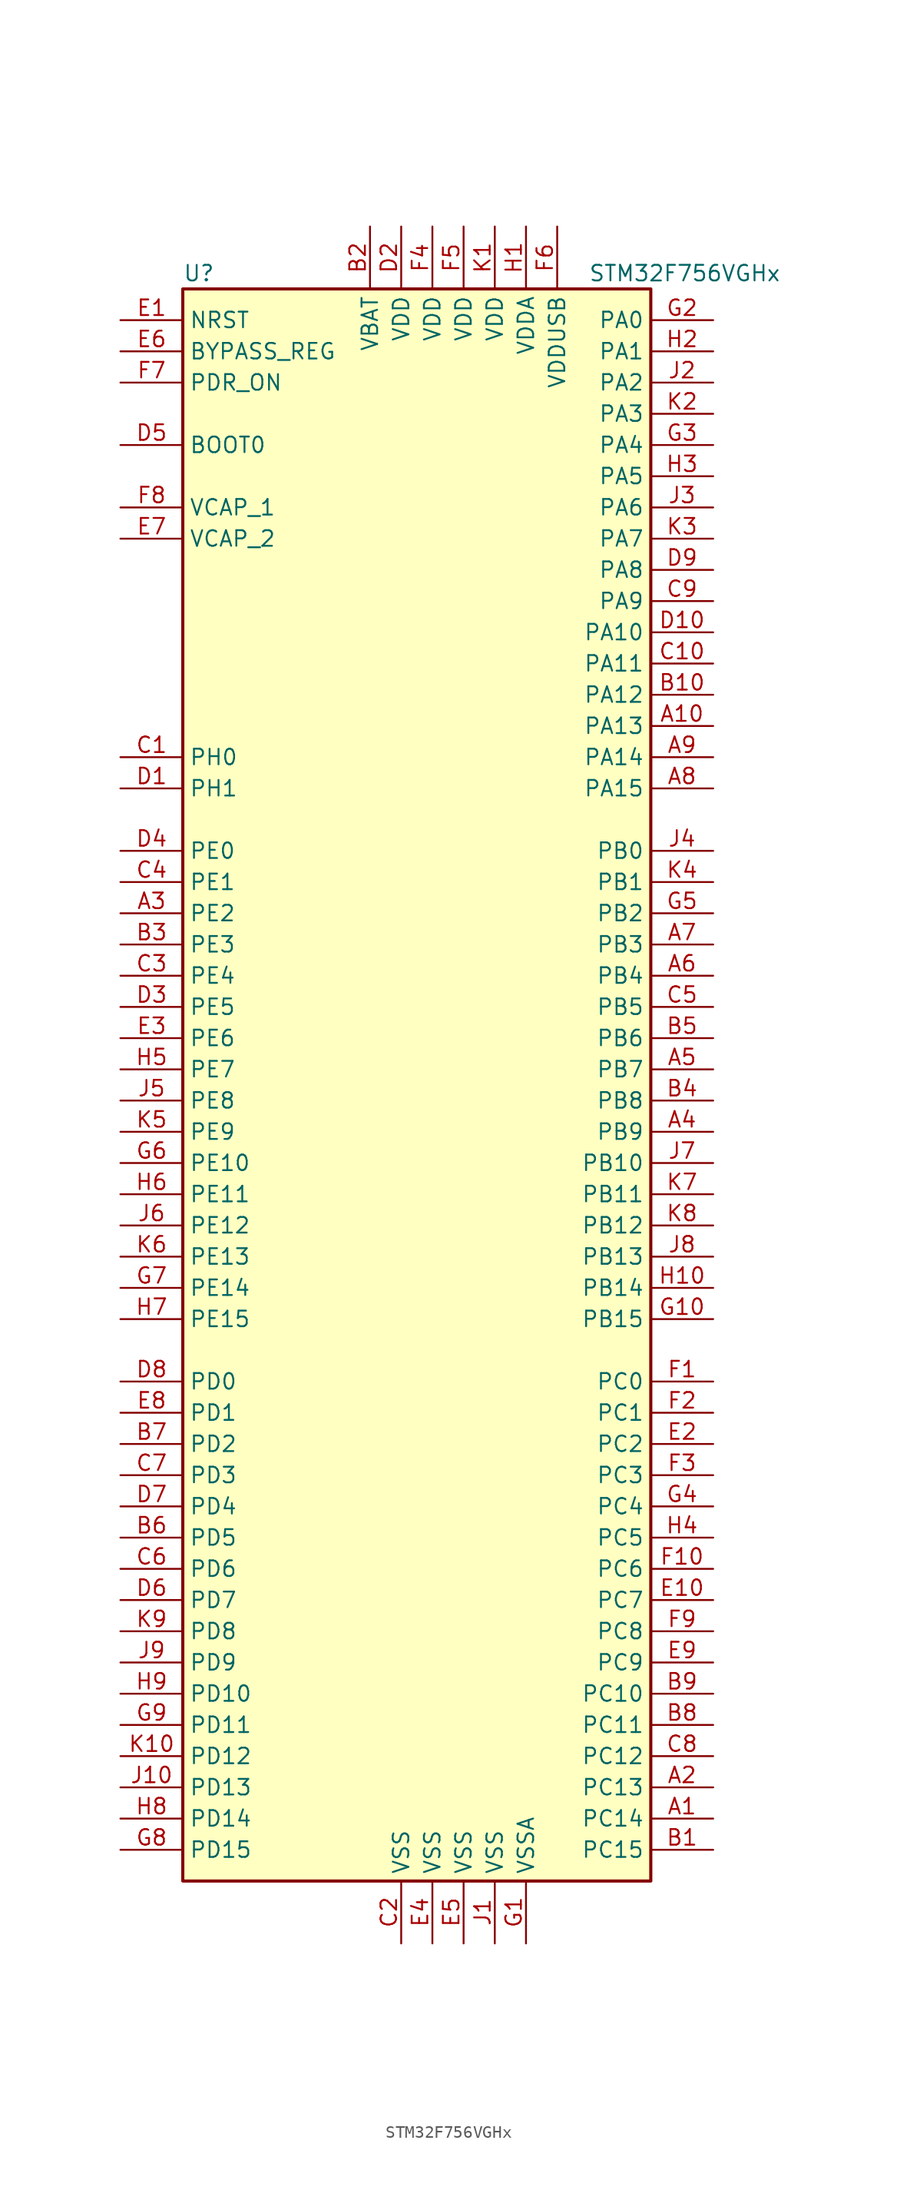
<source format=kicad_sym>
(kicad_symbol_lib
  (version 20211014)
  (generator kicad_symbol_editor)
  (symbol "STM32F756VGHx"
    (property "Reference" "U"
      (at -20.32 64.77 0)
      (effects (font (size 1.27 1.27)) (justify left)))
    (property "Value" "STM32F756VGHx"
      (at 12.7 64.77 0)
      (effects (font (size 1.27 1.27)) (justify left)))
    (symbol "STM32F756VGHx_0_1"
      (rectangle (start -20.32 -66.04) (end 17.78 63.5) (stroke (width 0.254) (type default) (color 0 0 0 0)) (fill (type background))))
    (symbol "STM32F756VGHx_1_1"
      (pin bidirectional line (at 22.86 -60.96 180) (length 5.08) (name "PC14" (effects (font (size 1.27 1.27)))) (number "A1" (effects (font (size 1.27 1.27)))))
      (pin bidirectional line (at 22.86 27.94 180) (length 5.08) (name "PA13" (effects (font (size 1.27 1.27)))) (number "A10" (effects (font (size 1.27 1.27)))))
      (pin bidirectional line (at 22.86 -58.42 180) (length 5.08) (name "PC13" (effects (font (size 1.27 1.27)))) (number "A2" (effects (font (size 1.27 1.27)))))
      (pin bidirectional line (at -25.4 12.7 0) (length 5.08) (name "PE2" (effects (font (size 1.27 1.27)))) (number "A3" (effects (font (size 1.27 1.27)))))
      (pin bidirectional line (at 22.86 -5.08 180) (length 5.08) (name "PB9" (effects (font (size 1.27 1.27)))) (number "A4" (effects (font (size 1.27 1.27)))))
      (pin bidirectional line (at 22.86 0 180) (length 5.08) (name "PB7" (effects (font (size 1.27 1.27)))) (number "A5" (effects (font (size 1.27 1.27)))))
      (pin bidirectional line (at 22.86 7.62 180) (length 5.08) (name "PB4" (effects (font (size 1.27 1.27)))) (number "A6" (effects (font (size 1.27 1.27)))))
      (pin bidirectional line (at 22.86 10.16 180) (length 5.08) (name "PB3" (effects (font (size 1.27 1.27)))) (number "A7" (effects (font (size 1.27 1.27)))))
      (pin bidirectional line (at 22.86 22.86 180) (length 5.08) (name "PA15" (effects (font (size 1.27 1.27)))) (number "A8" (effects (font (size 1.27 1.27)))))
      (pin bidirectional line (at 22.86 25.4 180) (length 5.08) (name "PA14" (effects (font (size 1.27 1.27)))) (number "A9" (effects (font (size 1.27 1.27)))))
      (pin bidirectional line (at 22.86 -63.5 180) (length 5.08) (name "PC15" (effects (font (size 1.27 1.27)))) (number "B1" (effects (font (size 1.27 1.27)))))
      (pin bidirectional line (at 22.86 30.48 180) (length 5.08) (name "PA12" (effects (font (size 1.27 1.27)))) (number "B10" (effects (font (size 1.27 1.27)))))
      (pin power_in line (at -5.08 68.58 270) (length 5.08) (name "VBAT" (effects (font (size 1.27 1.27)))) (number "B2" (effects (font (size 1.27 1.27)))))
      (pin bidirectional line (at -25.4 10.16 0) (length 5.08) (name "PE3" (effects (font (size 1.27 1.27)))) (number "B3" (effects (font (size 1.27 1.27)))))
      (pin bidirectional line (at 22.86 -2.54 180) (length 5.08) (name "PB8" (effects (font (size 1.27 1.27)))) (number "B4" (effects (font (size 1.27 1.27)))))
      (pin bidirectional line (at 22.86 2.54 180) (length 5.08) (name "PB6" (effects (font (size 1.27 1.27)))) (number "B5" (effects (font (size 1.27 1.27)))))
      (pin bidirectional line (at -25.4 -38.1 0) (length 5.08) (name "PD5" (effects (font (size 1.27 1.27)))) (number "B6" (effects (font (size 1.27 1.27)))))
      (pin bidirectional line (at -25.4 -30.48 0) (length 5.08) (name "PD2" (effects (font (size 1.27 1.27)))) (number "B7" (effects (font (size 1.27 1.27)))))
      (pin bidirectional line (at 22.86 -53.34 180) (length 5.08) (name "PC11" (effects (font (size 1.27 1.27)))) (number "B8" (effects (font (size 1.27 1.27)))))
      (pin bidirectional line (at 22.86 -50.8 180) (length 5.08) (name "PC10" (effects (font (size 1.27 1.27)))) (number "B9" (effects (font (size 1.27 1.27)))))
      (pin input line (at -25.4 25.4 0) (length 5.08) (name "PH0" (effects (font (size 1.27 1.27)))) (number "C1" (effects (font (size 1.27 1.27)))))
      (pin bidirectional line (at 22.86 33.02 180) (length 5.08) (name "PA11" (effects (font (size 1.27 1.27)))) (number "C10" (effects (font (size 1.27 1.27)))))
      (pin power_in line (at -2.54 -71.12 90) (length 5.08) (name "VSS" (effects (font (size 1.27 1.27)))) (number "C2" (effects (font (size 1.27 1.27)))))
      (pin bidirectional line (at -25.4 7.62 0) (length 5.08) (name "PE4" (effects (font (size 1.27 1.27)))) (number "C3" (effects (font (size 1.27 1.27)))))
      (pin bidirectional line (at -25.4 15.24 0) (length 5.08) (name "PE1" (effects (font (size 1.27 1.27)))) (number "C4" (effects (font (size 1.27 1.27)))))
      (pin bidirectional line (at 22.86 5.08 180) (length 5.08) (name "PB5" (effects (font (size 1.27 1.27)))) (number "C5" (effects (font (size 1.27 1.27)))))
      (pin bidirectional line (at -25.4 -40.64 0) (length 5.08) (name "PD6" (effects (font (size 1.27 1.27)))) (number "C6" (effects (font (size 1.27 1.27)))))
      (pin bidirectional line (at -25.4 -33.02 0) (length 5.08) (name "PD3" (effects (font (size 1.27 1.27)))) (number "C7" (effects (font (size 1.27 1.27)))))
      (pin bidirectional line (at 22.86 -55.88 180) (length 5.08) (name "PC12" (effects (font (size 1.27 1.27)))) (number "C8" (effects (font (size 1.27 1.27)))))
      (pin bidirectional line (at 22.86 38.1 180) (length 5.08) (name "PA9" (effects (font (size 1.27 1.27)))) (number "C9" (effects (font (size 1.27 1.27)))))
      (pin input line (at -25.4 22.86 0) (length 5.08) (name "PH1" (effects (font (size 1.27 1.27)))) (number "D1" (effects (font (size 1.27 1.27)))))
      (pin bidirectional line (at 22.86 35.56 180) (length 5.08) (name "PA10" (effects (font (size 1.27 1.27)))) (number "D10" (effects (font (size 1.27 1.27)))))
      (pin power_in line (at -2.54 68.58 270) (length 5.08) (name "VDD" (effects (font (size 1.27 1.27)))) (number "D2" (effects (font (size 1.27 1.27)))))
      (pin bidirectional line (at -25.4 5.08 0) (length 5.08) (name "PE5" (effects (font (size 1.27 1.27)))) (number "D3" (effects (font (size 1.27 1.27)))))
      (pin bidirectional line (at -25.4 17.78 0) (length 5.08) (name "PE0" (effects (font (size 1.27 1.27)))) (number "D4" (effects (font (size 1.27 1.27)))))
      (pin input line (at -25.4 50.8 0) (length 5.08) (name "BOOT0" (effects (font (size 1.27 1.27)))) (number "D5" (effects (font (size 1.27 1.27)))))
      (pin bidirectional line (at -25.4 -43.18 0) (length 5.08) (name "PD7" (effects (font (size 1.27 1.27)))) (number "D6" (effects (font (size 1.27 1.27)))))
      (pin bidirectional line (at -25.4 -35.56 0) (length 5.08) (name "PD4" (effects (font (size 1.27 1.27)))) (number "D7" (effects (font (size 1.27 1.27)))))
      (pin bidirectional line (at -25.4 -25.4 0) (length 5.08) (name "PD0" (effects (font (size 1.27 1.27)))) (number "D8" (effects (font (size 1.27 1.27)))))
      (pin bidirectional line (at 22.86 40.64 180) (length 5.08) (name "PA8" (effects (font (size 1.27 1.27)))) (number "D9" (effects (font (size 1.27 1.27)))))
      (pin input line (at -25.4 60.96 0) (length 5.08) (name "NRST" (effects (font (size 1.27 1.27)))) (number "E1" (effects (font (size 1.27 1.27)))))
      (pin bidirectional line (at 22.86 -43.18 180) (length 5.08) (name "PC7" (effects (font (size 1.27 1.27)))) (number "E10" (effects (font (size 1.27 1.27)))))
      (pin bidirectional line (at 22.86 -30.48 180) (length 5.08) (name "PC2" (effects (font (size 1.27 1.27)))) (number "E2" (effects (font (size 1.27 1.27)))))
      (pin bidirectional line (at -25.4 2.54 0) (length 5.08) (name "PE6" (effects (font (size 1.27 1.27)))) (number "E3" (effects (font (size 1.27 1.27)))))
      (pin power_in line (at 0 -71.12 90) (length 5.08) (name "VSS" (effects (font (size 1.27 1.27)))) (number "E4" (effects (font (size 1.27 1.27)))))
      (pin power_in line (at 2.54 -71.12 90) (length 5.08) (name "VSS" (effects (font (size 1.27 1.27)))) (number "E5" (effects (font (size 1.27 1.27)))))
      (pin input line (at -25.4 58.42 0) (length 5.08) (name "BYPASS_REG" (effects (font (size 1.27 1.27)))) (number "E6" (effects (font (size 1.27 1.27)))))
      (pin power_in line (at -25.4 43.18 0) (length 5.08) (name "VCAP_2" (effects (font (size 1.27 1.27)))) (number "E7" (effects (font (size 1.27 1.27)))))
      (pin bidirectional line (at -25.4 -27.94 0) (length 5.08) (name "PD1" (effects (font (size 1.27 1.27)))) (number "E8" (effects (font (size 1.27 1.27)))))
      (pin bidirectional line (at 22.86 -48.26 180) (length 5.08) (name "PC9" (effects (font (size 1.27 1.27)))) (number "E9" (effects (font (size 1.27 1.27)))))
      (pin bidirectional line (at 22.86 -25.4 180) (length 5.08) (name "PC0" (effects (font (size 1.27 1.27)))) (number "F1" (effects (font (size 1.27 1.27)))))
      (pin bidirectional line (at 22.86 -40.64 180) (length 5.08) (name "PC6" (effects (font (size 1.27 1.27)))) (number "F10" (effects (font (size 1.27 1.27)))))
      (pin bidirectional line (at 22.86 -27.94 180) (length 5.08) (name "PC1" (effects (font (size 1.27 1.27)))) (number "F2" (effects (font (size 1.27 1.27)))))
      (pin bidirectional line (at 22.86 -33.02 180) (length 5.08) (name "PC3" (effects (font (size 1.27 1.27)))) (number "F3" (effects (font (size 1.27 1.27)))))
      (pin power_in line (at 0 68.58 270) (length 5.08) (name "VDD" (effects (font (size 1.27 1.27)))) (number "F4" (effects (font (size 1.27 1.27)))))
      (pin power_in line (at 2.54 68.58 270) (length 5.08) (name "VDD" (effects (font (size 1.27 1.27)))) (number "F5" (effects (font (size 1.27 1.27)))))
      (pin power_in line (at 10.16 68.58 270) (length 5.08) (name "VDDUSB" (effects (font (size 1.27 1.27)))) (number "F6" (effects (font (size 1.27 1.27)))))
      (pin input line (at -25.4 55.88 0) (length 5.08) (name "PDR_ON" (effects (font (size 1.27 1.27)))) (number "F7" (effects (font (size 1.27 1.27)))))
      (pin power_in line (at -25.4 45.72 0) (length 5.08) (name "VCAP_1" (effects (font (size 1.27 1.27)))) (number "F8" (effects (font (size 1.27 1.27)))))
      (pin bidirectional line (at 22.86 -45.72 180) (length 5.08) (name "PC8" (effects (font (size 1.27 1.27)))) (number "F9" (effects (font (size 1.27 1.27)))))
      (pin power_in line (at 7.62 -71.12 90) (length 5.08) (name "VSSA" (effects (font (size 1.27 1.27)))) (number "G1" (effects (font (size 1.27 1.27)))))
      (pin bidirectional line (at 22.86 -20.32 180) (length 5.08) (name "PB15" (effects (font (size 1.27 1.27)))) (number "G10" (effects (font (size 1.27 1.27)))))
      (pin bidirectional line (at 22.86 60.96 180) (length 5.08) (name "PA0" (effects (font (size 1.27 1.27)))) (number "G2" (effects (font (size 1.27 1.27)))))
      (pin bidirectional line (at 22.86 50.8 180) (length 5.08) (name "PA4" (effects (font (size 1.27 1.27)))) (number "G3" (effects (font (size 1.27 1.27)))))
      (pin bidirectional line (at 22.86 -35.56 180) (length 5.08) (name "PC4" (effects (font (size 1.27 1.27)))) (number "G4" (effects (font (size 1.27 1.27)))))
      (pin bidirectional line (at 22.86 12.7 180) (length 5.08) (name "PB2" (effects (font (size 1.27 1.27)))) (number "G5" (effects (font (size 1.27 1.27)))))
      (pin bidirectional line (at -25.4 -7.62 0) (length 5.08) (name "PE10" (effects (font (size 1.27 1.27)))) (number "G6" (effects (font (size 1.27 1.27)))))
      (pin bidirectional line (at -25.4 -17.78 0) (length 5.08) (name "PE14" (effects (font (size 1.27 1.27)))) (number "G7" (effects (font (size 1.27 1.27)))))
      (pin bidirectional line (at -25.4 -63.5 0) (length 5.08) (name "PD15" (effects (font (size 1.27 1.27)))) (number "G8" (effects (font (size 1.27 1.27)))))
      (pin bidirectional line (at -25.4 -53.34 0) (length 5.08) (name "PD11" (effects (font (size 1.27 1.27)))) (number "G9" (effects (font (size 1.27 1.27)))))
      (pin power_in line (at 7.62 68.58 270) (length 5.08) (name "VDDA" (effects (font (size 1.27 1.27)))) (number "H1" (effects (font (size 1.27 1.27)))))
      (pin bidirectional line (at 22.86 -17.78 180) (length 5.08) (name "PB14" (effects (font (size 1.27 1.27)))) (number "H10" (effects (font (size 1.27 1.27)))))
      (pin bidirectional line (at 22.86 58.42 180) (length 5.08) (name "PA1" (effects (font (size 1.27 1.27)))) (number "H2" (effects (font (size 1.27 1.27)))))
      (pin bidirectional line (at 22.86 48.26 180) (length 5.08) (name "PA5" (effects (font (size 1.27 1.27)))) (number "H3" (effects (font (size 1.27 1.27)))))
      (pin bidirectional line (at 22.86 -38.1 180) (length 5.08) (name "PC5" (effects (font (size 1.27 1.27)))) (number "H4" (effects (font (size 1.27 1.27)))))
      (pin bidirectional line (at -25.4 0 0) (length 5.08) (name "PE7" (effects (font (size 1.27 1.27)))) (number "H5" (effects (font (size 1.27 1.27)))))
      (pin bidirectional line (at -25.4 -10.16 0) (length 5.08) (name "PE11" (effects (font (size 1.27 1.27)))) (number "H6" (effects (font (size 1.27 1.27)))))
      (pin bidirectional line (at -25.4 -20.32 0) (length 5.08) (name "PE15" (effects (font (size 1.27 1.27)))) (number "H7" (effects (font (size 1.27 1.27)))))
      (pin bidirectional line (at -25.4 -60.96 0) (length 5.08) (name "PD14" (effects (font (size 1.27 1.27)))) (number "H8" (effects (font (size 1.27 1.27)))))
      (pin bidirectional line (at -25.4 -50.8 0) (length 5.08) (name "PD10" (effects (font (size 1.27 1.27)))) (number "H9" (effects (font (size 1.27 1.27)))))
      (pin power_in line (at 5.08 -71.12 90) (length 5.08) (name "VSS" (effects (font (size 1.27 1.27)))) (number "J1" (effects (font (size 1.27 1.27)))))
      (pin bidirectional line (at -25.4 -58.42 0) (length 5.08) (name "PD13" (effects (font (size 1.27 1.27)))) (number "J10" (effects (font (size 1.27 1.27)))))
      (pin bidirectional line (at 22.86 55.88 180) (length 5.08) (name "PA2" (effects (font (size 1.27 1.27)))) (number "J2" (effects (font (size 1.27 1.27)))))
      (pin bidirectional line (at 22.86 45.72 180) (length 5.08) (name "PA6" (effects (font (size 1.27 1.27)))) (number "J3" (effects (font (size 1.27 1.27)))))
      (pin bidirectional line (at 22.86 17.78 180) (length 5.08) (name "PB0" (effects (font (size 1.27 1.27)))) (number "J4" (effects (font (size 1.27 1.27)))))
      (pin bidirectional line (at -25.4 -2.54 0) (length 5.08) (name "PE8" (effects (font (size 1.27 1.27)))) (number "J5" (effects (font (size 1.27 1.27)))))
      (pin bidirectional line (at -25.4 -12.7 0) (length 5.08) (name "PE12" (effects (font (size 1.27 1.27)))) (number "J6" (effects (font (size 1.27 1.27)))))
      (pin bidirectional line (at 22.86 -7.62 180) (length 5.08) (name "PB10" (effects (font (size 1.27 1.27)))) (number "J7" (effects (font (size 1.27 1.27)))))
      (pin bidirectional line (at 22.86 -15.24 180) (length 5.08) (name "PB13" (effects (font (size 1.27 1.27)))) (number "J8" (effects (font (size 1.27 1.27)))))
      (pin bidirectional line (at -25.4 -48.26 0) (length 5.08) (name "PD9" (effects (font (size 1.27 1.27)))) (number "J9" (effects (font (size 1.27 1.27)))))
      (pin power_in line (at 5.08 68.58 270) (length 5.08) (name "VDD" (effects (font (size 1.27 1.27)))) (number "K1" (effects (font (size 1.27 1.27)))))
      (pin bidirectional line (at -25.4 -55.88 0) (length 5.08) (name "PD12" (effects (font (size 1.27 1.27)))) (number "K10" (effects (font (size 1.27 1.27)))))
      (pin bidirectional line (at 22.86 53.34 180) (length 5.08) (name "PA3" (effects (font (size 1.27 1.27)))) (number "K2" (effects (font (size 1.27 1.27)))))
      (pin bidirectional line (at 22.86 43.18 180) (length 5.08) (name "PA7" (effects (font (size 1.27 1.27)))) (number "K3" (effects (font (size 1.27 1.27)))))
      (pin bidirectional line (at 22.86 15.24 180) (length 5.08) (name "PB1" (effects (font (size 1.27 1.27)))) (number "K4" (effects (font (size 1.27 1.27)))))
      (pin bidirectional line (at -25.4 -5.08 0) (length 5.08) (name "PE9" (effects (font (size 1.27 1.27)))) (number "K5" (effects (font (size 1.27 1.27)))))
      (pin bidirectional line (at -25.4 -15.24 0) (length 5.08) (name "PE13" (effects (font (size 1.27 1.27)))) (number "K6" (effects (font (size 1.27 1.27)))))
      (pin bidirectional line (at 22.86 -10.16 180) (length 5.08) (name "PB11" (effects (font (size 1.27 1.27)))) (number "K7" (effects (font (size 1.27 1.27)))))
      (pin bidirectional line (at 22.86 -12.7 180) (length 5.08) (name "PB12" (effects (font (size 1.27 1.27)))) (number "K8" (effects (font (size 1.27 1.27)))))
      (pin bidirectional line (at -25.4 -45.72 0) (length 5.08) (name "PD8" (effects (font (size 1.27 1.27)))) (number "K9" (effects (font (size 1.27 1.27))))))))
</source>
